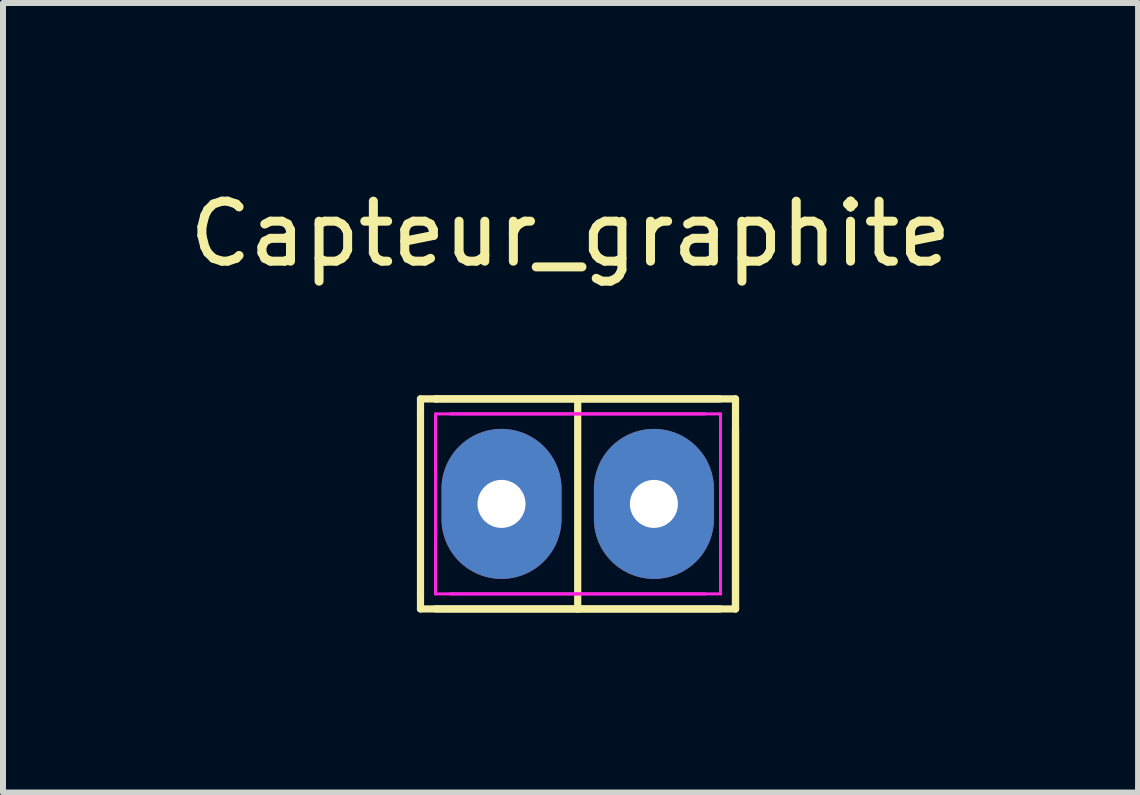
<source format=kicad_pcb>
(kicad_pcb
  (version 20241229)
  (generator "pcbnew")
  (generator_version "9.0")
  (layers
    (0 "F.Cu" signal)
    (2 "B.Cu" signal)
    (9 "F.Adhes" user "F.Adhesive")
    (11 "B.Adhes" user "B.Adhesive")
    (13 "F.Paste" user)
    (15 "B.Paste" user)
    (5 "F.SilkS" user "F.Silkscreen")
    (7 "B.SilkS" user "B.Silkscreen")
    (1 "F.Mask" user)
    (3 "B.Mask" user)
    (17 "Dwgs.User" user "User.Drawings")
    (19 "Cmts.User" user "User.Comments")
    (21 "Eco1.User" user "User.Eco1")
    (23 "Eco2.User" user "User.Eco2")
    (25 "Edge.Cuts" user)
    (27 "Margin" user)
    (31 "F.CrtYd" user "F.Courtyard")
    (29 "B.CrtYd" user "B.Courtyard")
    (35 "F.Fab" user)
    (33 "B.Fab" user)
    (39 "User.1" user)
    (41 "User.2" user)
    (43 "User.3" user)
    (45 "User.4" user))
  (footprint "Capteur_graphite"
    (layer "F.Cu")
    (at 6.958 4.848)
    (property "Reference" "Capteur_graphite" (at -0.5 -4 0) (unlocked yes) (layer "F.SilkS") (effects (font (size 1 1) (thickness 0.15))))
    (attr through_hole)
    (fp_line (start -3 -1.25) (end -2.75 -1.25) (stroke (width 0.12) (type solid)) (layer "F.SilkS"))
    (fp_line (start -3 -1) (end -3 -1.25) (stroke (width 0.12) (type solid)) (layer "F.SilkS"))
    (fp_line (start -3 2) (end -3 -1) (stroke (width 0.12) (type solid)) (layer "F.SilkS"))
    (fp_line (start -3 2.25) (end -3 2) (stroke (width 0.12) (type solid)) (layer "F.SilkS"))
    (fp_line (start -2.75 -1.25) (end 1.99 -1.25) (stroke (width 0.12) (type solid)) (layer "F.SilkS"))
    (fp_line (start -2.75 -1.25) (end 2.25 -1.25) (stroke (width 0.12) (type solid)) (layer "F.SilkS"))
    (fp_line (start -0.38 -1) (end -0.38 -1.25) (stroke (width 0.12) (type solid)) (layer "F.SilkS"))
    (fp_line (start -0.38 -1) (end -0.38 2) (stroke (width 0.12) (type solid)) (layer "F.SilkS"))
    (fp_line (start -0.38 2) (end -0.38 2.25) (stroke (width 0.12) (type solid)) (layer "F.SilkS"))
    (fp_line (start -0.38 2.25) (end -0.375 2.25) (stroke (width 0.12) (type solid)) (layer "F.SilkS"))
    (fp_line (start 1.99 2.25) (end -2.75 2.25) (stroke (width 0.12) (type solid)) (layer "F.SilkS"))
    (fp_line (start 2.25 -1.25) (end 2.25 2.25) (stroke (width 0.12) (type solid)) (layer "F.SilkS"))
    (fp_line (start 2.25 -0.75) (end 2.25 2.25) (stroke (width 0.12) (type solid)) (layer "F.SilkS"))
    (fp_line (start 2.25 2.25) (end -3 2.25) (stroke (width 0.12) (type solid)) (layer "F.SilkS"))
    (fp_line (start -2.75 -1) (end 2 -1) (stroke (width 0.05) (type solid)) (layer "F.CrtYd"))
    (fp_line (start -2.75 1.5) (end -2.75 -1) (stroke (width 0.05) (type solid)) (layer "F.CrtYd"))
    (fp_line (start -2.75 2) (end -2.75 1.5) (stroke (width 0.05) (type solid)) (layer "F.CrtYd"))
    (fp_line (start -2.5 -1) (end 1.74 -1) (stroke (width 0.05) (type solid)) (layer "F.CrtYd"))
    (fp_line (start 1.74 2) (end -2.5 2) (stroke (width 0.05) (type solid)) (layer "F.CrtYd"))
    (fp_line (start 2 -1) (end 2 2) (stroke (width 0.05) (type solid)) (layer "F.CrtYd"))
    (fp_line (start 2 -0.75) (end 2 1.75) (stroke (width 0.05) (type solid)) (layer "F.CrtYd"))
    (fp_line (start 2 2) (end -2.75 2) (stroke (width 0.05) (type solid)) (layer "F.CrtYd"))
    (pad "1" thru_hole oval (at -1.65 0.5) (size 2 2.5) (drill 0.8) (layers "*.Cu" "*.Mask"))
    (pad "2" thru_hole oval (at 0.89 0.5) (size 2 2.5) (drill 0.8) (layers "*.Cu" "*.Mask")))
  (gr_rect
    (start -3 -3)
    (end 15.917 10.158)
    (stroke (width 0.1) (type default))
    (fill no)
    (layer "Edge.Cuts")))
</source>
